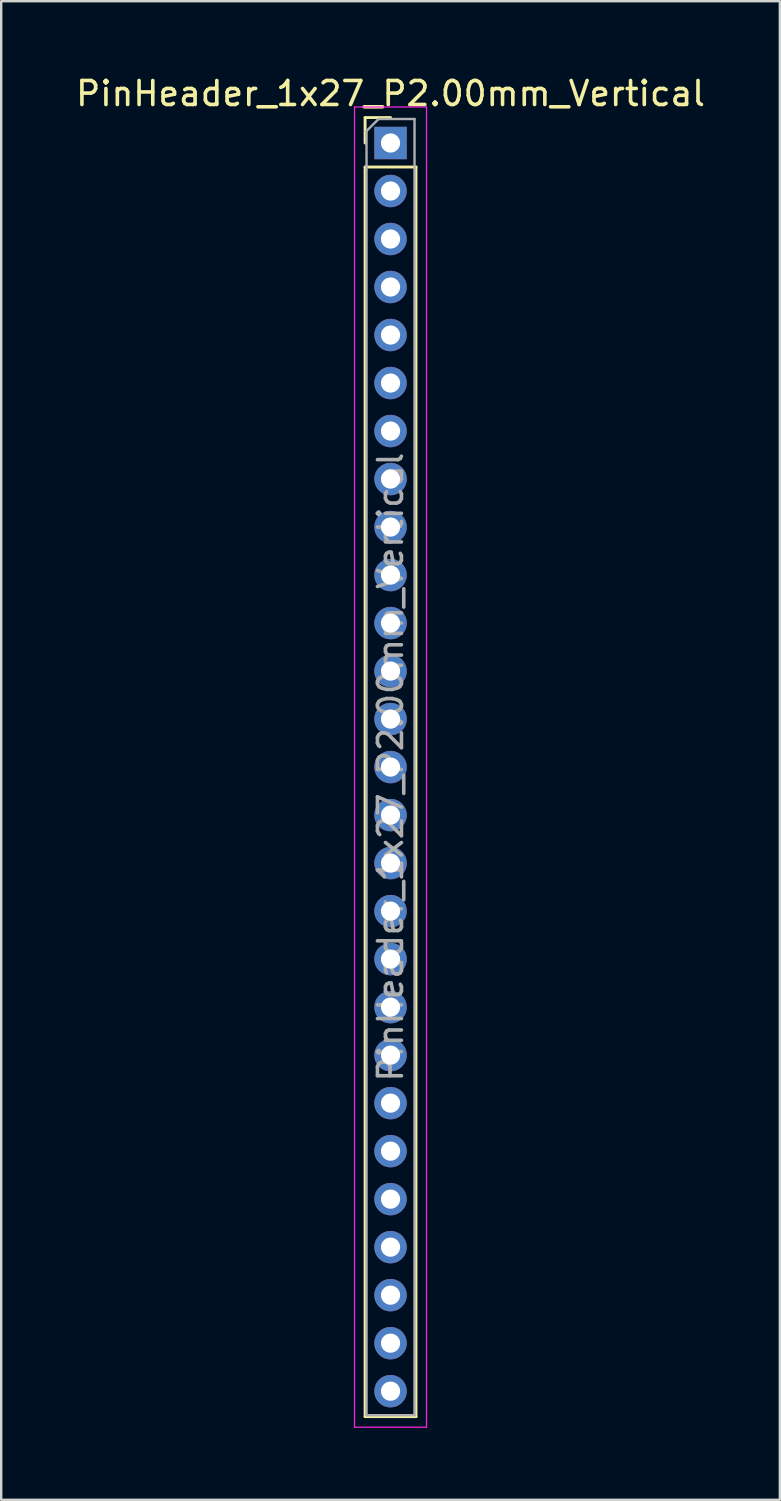
<source format=kicad_pcb>
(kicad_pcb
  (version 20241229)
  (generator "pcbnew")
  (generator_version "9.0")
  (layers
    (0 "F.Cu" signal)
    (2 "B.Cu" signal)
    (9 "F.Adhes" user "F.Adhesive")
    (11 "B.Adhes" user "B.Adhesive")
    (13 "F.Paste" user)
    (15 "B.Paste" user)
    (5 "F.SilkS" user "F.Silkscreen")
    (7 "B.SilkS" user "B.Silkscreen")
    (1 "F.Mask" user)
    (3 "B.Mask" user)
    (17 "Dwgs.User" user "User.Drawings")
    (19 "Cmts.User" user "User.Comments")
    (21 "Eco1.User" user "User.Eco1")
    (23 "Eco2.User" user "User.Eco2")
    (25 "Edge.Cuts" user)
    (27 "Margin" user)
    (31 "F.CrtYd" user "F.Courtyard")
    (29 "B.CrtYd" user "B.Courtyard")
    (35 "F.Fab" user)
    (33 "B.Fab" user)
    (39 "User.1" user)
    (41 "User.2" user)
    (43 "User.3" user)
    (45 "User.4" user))
  (footprint "PinHeader_1x27_P2.00mm_Vertical"
    (layer "F.Cu")
    (at 13.22 2.908)
    (property "Reference" "PinHeader_1x27_P2.00mm_Vertical" (at 0 -2.06 0) (layer "F.SilkS") (effects (font (size 1 1) (thickness 0.15))))
    (attr through_hole)
    (fp_line (start -1.06 -1.06) (end 0 -1.06) (stroke (width 0.12) (type solid)) (layer "F.SilkS"))
    (fp_line (start -1.06 0) (end -1.06 -1.06) (stroke (width 0.12) (type solid)) (layer "F.SilkS"))
    (fp_line (start -1.06 1) (end -1.06 53.06) (stroke (width 0.12) (type solid)) (layer "F.SilkS"))
    (fp_line (start -1.06 1) (end 1.06 1) (stroke (width 0.12) (type solid)) (layer "F.SilkS"))
    (fp_line (start -1.06 53.06) (end 1.06 53.06) (stroke (width 0.12) (type solid)) (layer "F.SilkS"))
    (fp_line (start 1.06 1) (end 1.06 53.06) (stroke (width 0.12) (type solid)) (layer "F.SilkS"))
    (fp_line (start -1.5 -1.5) (end -1.5 53.5) (stroke (width 0.05) (type solid)) (layer "F.CrtYd"))
    (fp_line (start -1.5 53.5) (end 1.5 53.5) (stroke (width 0.05) (type solid)) (layer "F.CrtYd"))
    (fp_line (start 1.5 -1.5) (end -1.5 -1.5) (stroke (width 0.05) (type solid)) (layer "F.CrtYd"))
    (fp_line (start 1.5 53.5) (end 1.5 -1.5) (stroke (width 0.05) (type solid)) (layer "F.CrtYd"))
    (fp_line (start -1 -0.5) (end -0.5 -1) (stroke (width 0.1) (type solid)) (layer "F.Fab"))
    (fp_line (start -1 53) (end -1 -0.5) (stroke (width 0.1) (type solid)) (layer "F.Fab"))
    (fp_line (start -0.5 -1) (end 1 -1) (stroke (width 0.1) (type solid)) (layer "F.Fab"))
    (fp_line (start 1 -1) (end 1 53) (stroke (width 0.1) (type solid)) (layer "F.Fab"))
    (fp_line (start 1 53) (end -1 53) (stroke (width 0.1) (type solid)) (layer "F.Fab"))
    (fp_text user "${REFERENCE}" (at 0 26 90) (layer "F.Fab") (effects (font (size 1 1) (thickness 0.15))))
    (pad "1" thru_hole rect (at 0 0) (size 1.35 1.35) (drill 0.8) (layers "*.Cu" "*.Mask"))
    (pad "2" thru_hole oval (at 0 2) (size 1.35 1.35) (drill 0.8) (layers "*.Cu" "*.Mask"))
    (pad "3" thru_hole oval (at 0 4) (size 1.35 1.35) (drill 0.8) (layers "*.Cu" "*.Mask"))
    (pad "4" thru_hole oval (at 0 6) (size 1.35 1.35) (drill 0.8) (layers "*.Cu" "*.Mask"))
    (pad "5" thru_hole oval (at 0 8) (size 1.35 1.35) (drill 0.8) (layers "*.Cu" "*.Mask"))
    (pad "6" thru_hole oval (at 0 10) (size 1.35 1.35) (drill 0.8) (layers "*.Cu" "*.Mask"))
    (pad "7" thru_hole oval (at 0 12) (size 1.35 1.35) (drill 0.8) (layers "*.Cu" "*.Mask"))
    (pad "8" thru_hole oval (at 0 14) (size 1.35 1.35) (drill 0.8) (layers "*.Cu" "*.Mask"))
    (pad "9" thru_hole oval (at 0 16) (size 1.35 1.35) (drill 0.8) (layers "*.Cu" "*.Mask"))
    (pad "10" thru_hole oval (at 0 18) (size 1.35 1.35) (drill 0.8) (layers "*.Cu" "*.Mask"))
    (pad "11" thru_hole oval (at 0 20) (size 1.35 1.35) (drill 0.8) (layers "*.Cu" "*.Mask"))
    (pad "12" thru_hole oval (at 0 22) (size 1.35 1.35) (drill 0.8) (layers "*.Cu" "*.Mask"))
    (pad "13" thru_hole oval (at 0 24) (size 1.35 1.35) (drill 0.8) (layers "*.Cu" "*.Mask"))
    (pad "14" thru_hole oval (at 0 26) (size 1.35 1.35) (drill 0.8) (layers "*.Cu" "*.Mask"))
    (pad "15" thru_hole oval (at 0 28) (size 1.35 1.35) (drill 0.8) (layers "*.Cu" "*.Mask"))
    (pad "16" thru_hole oval (at 0 30) (size 1.35 1.35) (drill 0.8) (layers "*.Cu" "*.Mask"))
    (pad "17" thru_hole oval (at 0 32) (size 1.35 1.35) (drill 0.8) (layers "*.Cu" "*.Mask"))
    (pad "18" thru_hole oval (at 0 34) (size 1.35 1.35) (drill 0.8) (layers "*.Cu" "*.Mask"))
    (pad "19" thru_hole oval (at 0 36) (size 1.35 1.35) (drill 0.8) (layers "*.Cu" "*.Mask"))
    (pad "20" thru_hole oval (at 0 38) (size 1.35 1.35) (drill 0.8) (layers "*.Cu" "*.Mask"))
    (pad "21" thru_hole oval (at 0 40) (size 1.35 1.35) (drill 0.8) (layers "*.Cu" "*.Mask"))
    (pad "22" thru_hole oval (at 0 42) (size 1.35 1.35) (drill 0.8) (layers "*.Cu" "*.Mask"))
    (pad "23" thru_hole oval (at 0 44) (size 1.35 1.35) (drill 0.8) (layers "*.Cu" "*.Mask"))
    (pad "24" thru_hole oval (at 0 46) (size 1.35 1.35) (drill 0.8) (layers "*.Cu" "*.Mask"))
    (pad "25" thru_hole oval (at 0 48) (size 1.35 1.35) (drill 0.8) (layers "*.Cu" "*.Mask"))
    (pad "26" thru_hole oval (at 0 50) (size 1.35 1.35) (drill 0.8) (layers "*.Cu" "*.Mask"))
    (pad "27" thru_hole oval (at 0 52) (size 1.35 1.35) (drill 0.8) (layers "*.Cu" "*.Mask")))
  (gr_rect
    (start -3 -3)
    (end 29.44 59.433)
    (stroke (width 0.1) (type default))
    (fill no)
    (layer "Edge.Cuts")))
</source>
